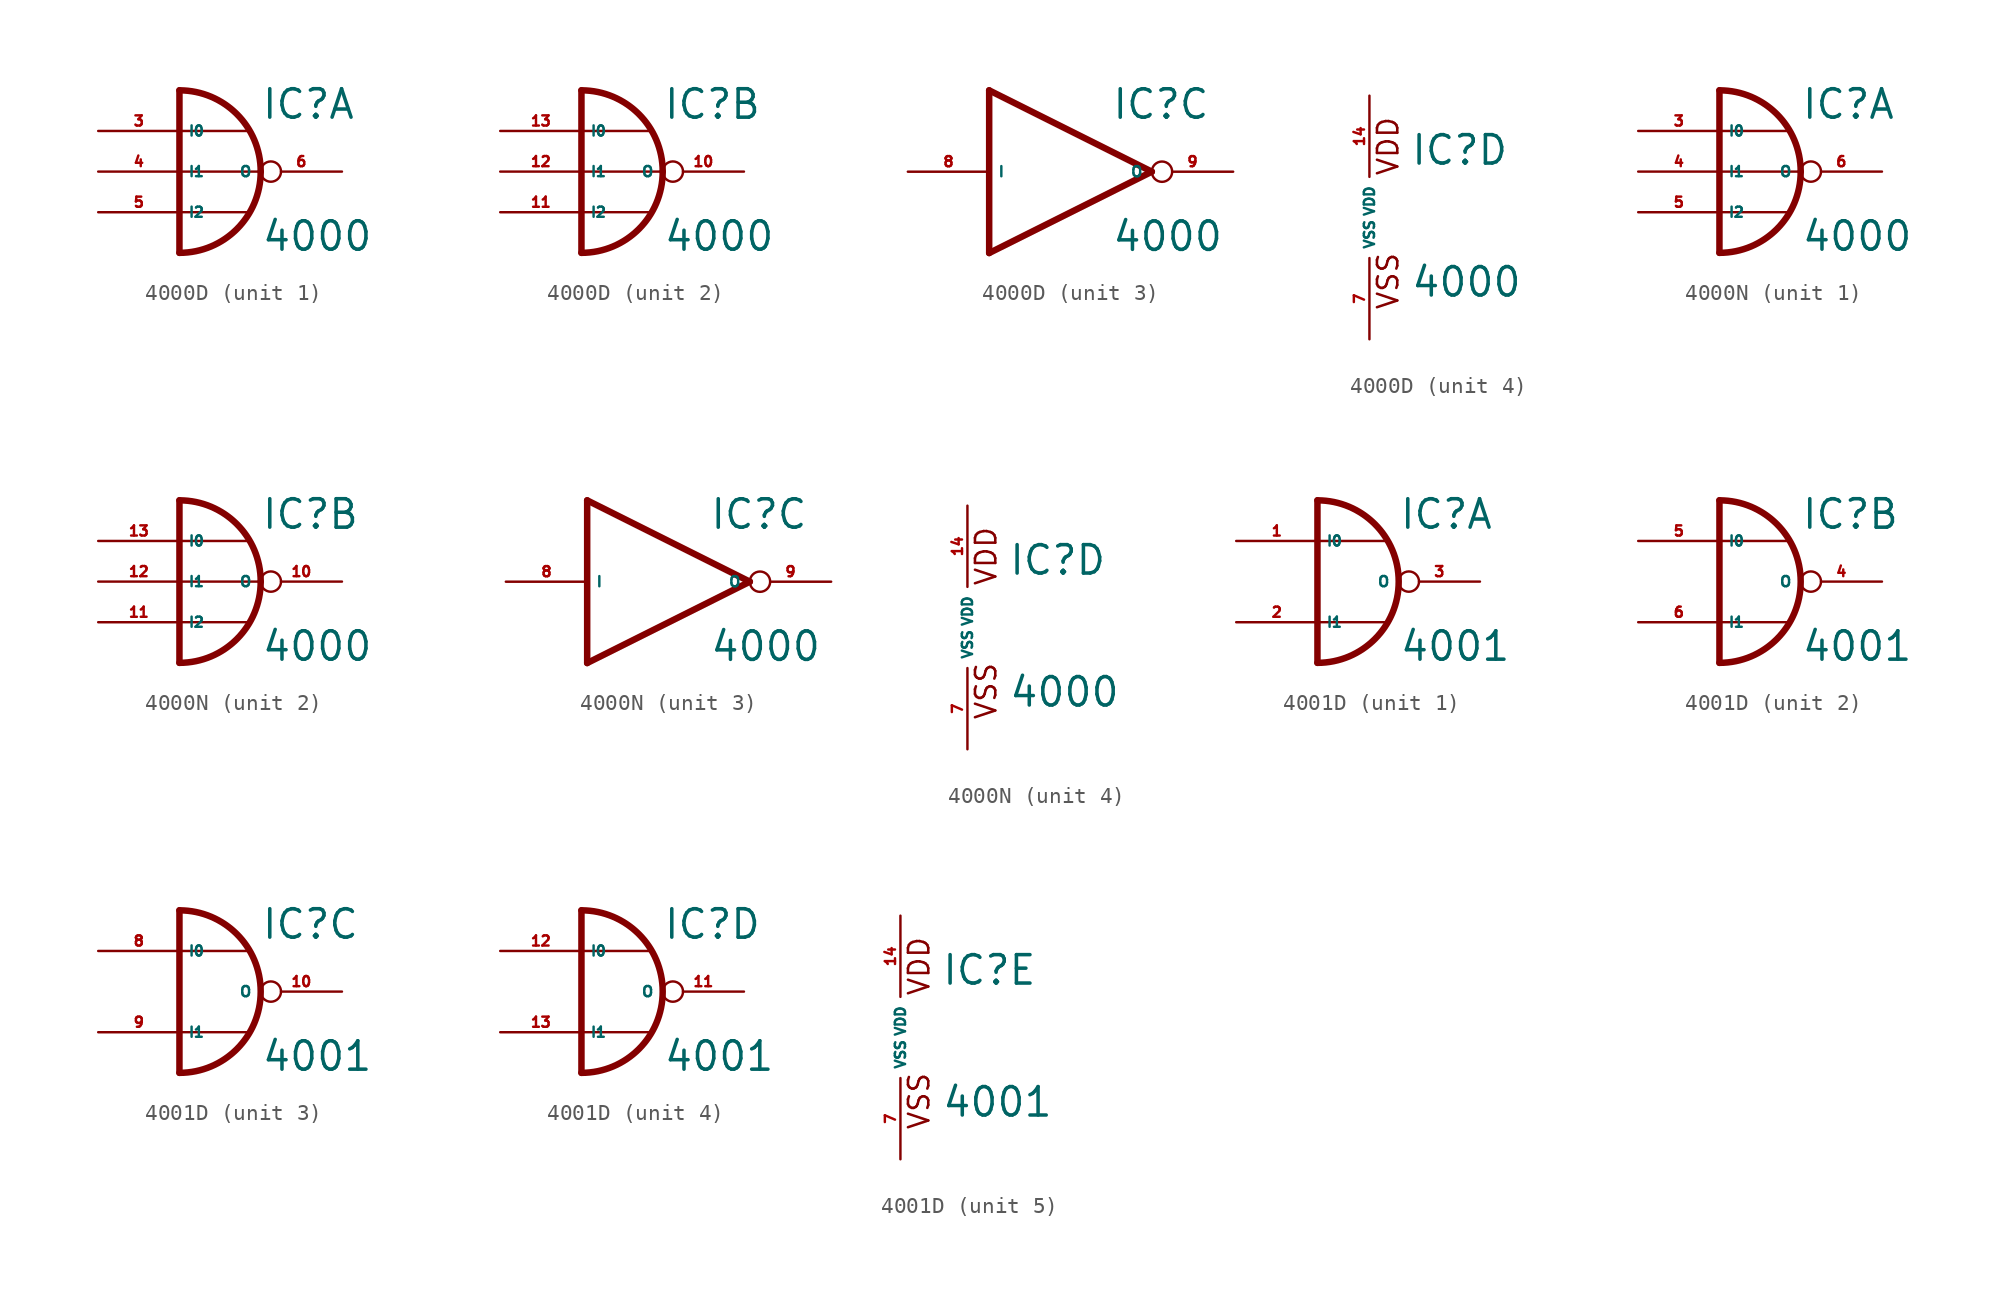
<source format=kicad_sym>
(kicad_symbol_lib
  (version 20220914)
  (generator Eagle2Kicad)
  (symbol "4000D"
    (property "Reference" "IC"
      (at 2.54 3.175 0)
      (effects (font (size 1.778 1.778) (thickness 0.22)) (justify left bottom)))
    (property "Value" "4000"
      (at 2.54 -5.08 0)
      (effects (font (size 1.778 1.778) (thickness 0.22)) (justify left bottom)))
    (symbol "4000D_1_0"
      (arc (start 2.54 0) (mid 1.052 3.592) (end -2.54 5.08) (stroke (width 0.4064) (type default)) (fill (type none)))
      (arc (start -2.54 -5.08) (mid 1.052 -3.592) (end 2.54 0) (stroke (width 0.4064) (type default)) (fill (type none)))
      (polyline (pts (xy -2.54 2.54) (xy 1.778 2.54)) (stroke (width 0.152) (type default)) (fill (type none)))
      (polyline (pts (xy -2.54 0) (xy 2.54 0)) (stroke (width 0.152) (type default)) (fill (type none)))
      (polyline (pts (xy -2.54 -2.54) (xy 1.778 -2.54)) (stroke (width 0.152) (type default)) (fill (type none)))
      (polyline (pts (xy -2.54 5.08) (xy -2.54 -5.08)) (stroke (width 0.406) (type default)) (fill (type none)))
      (pin input line (at -7.62 2.54 0) (length 5.08) (name "I0" (effects (font (size 0.635 0.635) (thickness 0.08)) (justify left bottom))) (number "3" (effects (font (size 0.635 0.635) (thickness 0.08)) (justify left bottom))))
      (pin input line (at -7.62 0 0) (length 5.08) (name "I1" (effects (font (size 0.635 0.635) (thickness 0.08)) (justify left bottom))) (number "4" (effects (font (size 0.635 0.635) (thickness 0.08)) (justify left bottom))))
      (pin input line (at -7.62 -2.54 0) (length 5.08) (name "I2" (effects (font (size 0.635 0.635) (thickness 0.08)) (justify left bottom))) (number "5" (effects (font (size 0.635 0.635) (thickness 0.08)) (justify left bottom))))
      (pin output inverted (at 7.62 0 180) (length 5.08) (name "O" (effects (font (size 0.635 0.635) (thickness 0.08)) (justify left bottom))) (number "6" (effects (font (size 0.635 0.635) (thickness 0.08)) (justify left bottom)))))
    (symbol "4000D_2_0"
      (arc (start 2.54 0) (mid 1.052 3.592) (end -2.54 5.08) (stroke (width 0.4064) (type default)) (fill (type none)))
      (arc (start -2.54 -5.08) (mid 1.052 -3.592) (end 2.54 0) (stroke (width 0.4064) (type default)) (fill (type none)))
      (polyline (pts (xy -2.54 2.54) (xy 1.778 2.54)) (stroke (width 0.152) (type default)) (fill (type none)))
      (polyline (pts (xy -2.54 0) (xy 2.54 0)) (stroke (width 0.152) (type default)) (fill (type none)))
      (polyline (pts (xy -2.54 -2.54) (xy 1.778 -2.54)) (stroke (width 0.152) (type default)) (fill (type none)))
      (polyline (pts (xy -2.54 5.08) (xy -2.54 -5.08)) (stroke (width 0.406) (type default)) (fill (type none)))
      (pin input line (at -7.62 2.54 0) (length 5.08) (name "I0" (effects (font (size 0.635 0.635) (thickness 0.08)) (justify left bottom))) (number "13" (effects (font (size 0.635 0.635) (thickness 0.08)) (justify left bottom))))
      (pin input line (at -7.62 0 0) (length 5.08) (name "I1" (effects (font (size 0.635 0.635) (thickness 0.08)) (justify left bottom))) (number "12" (effects (font (size 0.635 0.635) (thickness 0.08)) (justify left bottom))))
      (pin input line (at -7.62 -2.54 0) (length 5.08) (name "I2" (effects (font (size 0.635 0.635) (thickness 0.08)) (justify left bottom))) (number "11" (effects (font (size 0.635 0.635) (thickness 0.08)) (justify left bottom))))
      (pin output inverted (at 7.62 0 180) (length 5.08) (name "O" (effects (font (size 0.635 0.635) (thickness 0.08)) (justify left bottom))) (number "10" (effects (font (size 0.635 0.635) (thickness 0.08)) (justify left bottom)))))
    (symbol "4000D_3_0"
      (polyline (pts (xy -5.08 -5.08) (xy 5.08 0)) (stroke (width 0.406) (type default)) (fill (type none)))
      (polyline (pts (xy 5.08 0) (xy -5.08 5.08)) (stroke (width 0.406) (type default)) (fill (type none)))
      (polyline (pts (xy -5.08 5.08) (xy -5.08 -5.08)) (stroke (width 0.406) (type default)) (fill (type none)))
      (pin output inverted (at 10.16 0 180) (length 5.08) (name "O" (effects (font (size 0.635 0.635) (thickness 0.08)) (justify left bottom))) (number "9" (effects (font (size 0.635 0.635) (thickness 0.08)) (justify left bottom))))
      (pin input line (at -10.16 0 0) (length 5.08) (name "I" (effects (font (size 0.635 0.635) (thickness 0.08)) (justify left bottom))) (number "8" (effects (font (size 0.635 0.635) (thickness 0.08)) (justify left bottom)))))
    (symbol "4000D_4_0"
      (text "VDD" (at 1.905 2.54 900) (effects (font (size 1.27 1.27) (thickness 0.16)) (justify left bottom)))
      (text "VSS" (at 1.905 -5.842 900) (effects (font (size 1.27 1.27) (thickness 0.16)) (justify left bottom)))
      (pin unspecified line (at 0 -7.62 90) (length 5.08) (name "VSS" (effects (font (size 0.635 0.635) (thickness 0.08)) (justify left bottom))) (number "7" (effects (font (size 0.635 0.635) (thickness 0.08)) (justify left bottom))))
      (pin unspecified line (at 0 7.62 270) (length 5.08) (name "VDD" (effects (font (size 0.635 0.635) (thickness 0.08)) (justify left bottom))) (number "14" (effects (font (size 0.635 0.635) (thickness 0.08)) (justify left bottom))))))
  (symbol "4000N"
    (property "Reference" "IC"
      (at 2.54 3.175 0)
      (effects (font (size 1.778 1.778) (thickness 0.22)) (justify left bottom)))
    (property "Value" "4000"
      (at 2.54 -5.08 0)
      (effects (font (size 1.778 1.778) (thickness 0.22)) (justify left bottom)))
    (symbol "4000N_1_0"
      (arc (start 2.54 0) (mid 1.052 3.592) (end -2.54 5.08) (stroke (width 0.4064) (type default)) (fill (type none)))
      (arc (start -2.54 -5.08) (mid 1.052 -3.592) (end 2.54 0) (stroke (width 0.4064) (type default)) (fill (type none)))
      (polyline (pts (xy -2.54 2.54) (xy 1.778 2.54)) (stroke (width 0.152) (type default)) (fill (type none)))
      (polyline (pts (xy -2.54 0) (xy 2.54 0)) (stroke (width 0.152) (type default)) (fill (type none)))
      (polyline (pts (xy -2.54 -2.54) (xy 1.778 -2.54)) (stroke (width 0.152) (type default)) (fill (type none)))
      (polyline (pts (xy -2.54 5.08) (xy -2.54 -5.08)) (stroke (width 0.406) (type default)) (fill (type none)))
      (pin input line (at -7.62 2.54 0) (length 5.08) (name "I0" (effects (font (size 0.635 0.635) (thickness 0.08)) (justify left bottom))) (number "3" (effects (font (size 0.635 0.635) (thickness 0.08)) (justify left bottom))))
      (pin input line (at -7.62 0 0) (length 5.08) (name "I1" (effects (font (size 0.635 0.635) (thickness 0.08)) (justify left bottom))) (number "4" (effects (font (size 0.635 0.635) (thickness 0.08)) (justify left bottom))))
      (pin input line (at -7.62 -2.54 0) (length 5.08) (name "I2" (effects (font (size 0.635 0.635) (thickness 0.08)) (justify left bottom))) (number "5" (effects (font (size 0.635 0.635) (thickness 0.08)) (justify left bottom))))
      (pin output inverted (at 7.62 0 180) (length 5.08) (name "O" (effects (font (size 0.635 0.635) (thickness 0.08)) (justify left bottom))) (number "6" (effects (font (size 0.635 0.635) (thickness 0.08)) (justify left bottom)))))
    (symbol "4000N_2_0"
      (arc (start 2.54 0) (mid 1.052 3.592) (end -2.54 5.08) (stroke (width 0.4064) (type default)) (fill (type none)))
      (arc (start -2.54 -5.08) (mid 1.052 -3.592) (end 2.54 0) (stroke (width 0.4064) (type default)) (fill (type none)))
      (polyline (pts (xy -2.54 2.54) (xy 1.778 2.54)) (stroke (width 0.152) (type default)) (fill (type none)))
      (polyline (pts (xy -2.54 0) (xy 2.54 0)) (stroke (width 0.152) (type default)) (fill (type none)))
      (polyline (pts (xy -2.54 -2.54) (xy 1.778 -2.54)) (stroke (width 0.152) (type default)) (fill (type none)))
      (polyline (pts (xy -2.54 5.08) (xy -2.54 -5.08)) (stroke (width 0.406) (type default)) (fill (type none)))
      (pin input line (at -7.62 2.54 0) (length 5.08) (name "I0" (effects (font (size 0.635 0.635) (thickness 0.08)) (justify left bottom))) (number "13" (effects (font (size 0.635 0.635) (thickness 0.08)) (justify left bottom))))
      (pin input line (at -7.62 0 0) (length 5.08) (name "I1" (effects (font (size 0.635 0.635) (thickness 0.08)) (justify left bottom))) (number "12" (effects (font (size 0.635 0.635) (thickness 0.08)) (justify left bottom))))
      (pin input line (at -7.62 -2.54 0) (length 5.08) (name "I2" (effects (font (size 0.635 0.635) (thickness 0.08)) (justify left bottom))) (number "11" (effects (font (size 0.635 0.635) (thickness 0.08)) (justify left bottom))))
      (pin output inverted (at 7.62 0 180) (length 5.08) (name "O" (effects (font (size 0.635 0.635) (thickness 0.08)) (justify left bottom))) (number "10" (effects (font (size 0.635 0.635) (thickness 0.08)) (justify left bottom)))))
    (symbol "4000N_3_0"
      (polyline (pts (xy -5.08 -5.08) (xy 5.08 0)) (stroke (width 0.406) (type default)) (fill (type none)))
      (polyline (pts (xy 5.08 0) (xy -5.08 5.08)) (stroke (width 0.406) (type default)) (fill (type none)))
      (polyline (pts (xy -5.08 5.08) (xy -5.08 -5.08)) (stroke (width 0.406) (type default)) (fill (type none)))
      (pin output inverted (at 10.16 0 180) (length 5.08) (name "O" (effects (font (size 0.635 0.635) (thickness 0.08)) (justify left bottom))) (number "9" (effects (font (size 0.635 0.635) (thickness 0.08)) (justify left bottom))))
      (pin input line (at -10.16 0 0) (length 5.08) (name "I" (effects (font (size 0.635 0.635) (thickness 0.08)) (justify left bottom))) (number "8" (effects (font (size 0.635 0.635) (thickness 0.08)) (justify left bottom)))))
    (symbol "4000N_4_0"
      (text "VDD" (at 1.905 2.54 900) (effects (font (size 1.27 1.27) (thickness 0.16)) (justify left bottom)))
      (text "VSS" (at 1.905 -5.842 900) (effects (font (size 1.27 1.27) (thickness 0.16)) (justify left bottom)))
      (pin unspecified line (at 0 -7.62 90) (length 5.08) (name "VSS" (effects (font (size 0.635 0.635) (thickness 0.08)) (justify left bottom))) (number "7" (effects (font (size 0.635 0.635) (thickness 0.08)) (justify left bottom))))
      (pin unspecified line (at 0 7.62 270) (length 5.08) (name "VDD" (effects (font (size 0.635 0.635) (thickness 0.08)) (justify left bottom))) (number "14" (effects (font (size 0.635 0.635) (thickness 0.08)) (justify left bottom))))))
  (symbol "4001D"
    (property "Reference" "IC"
      (at 2.54 3.175 0)
      (effects (font (size 1.778 1.778) (thickness 0.22)) (justify left bottom)))
    (property "Value" "4001"
      (at 2.54 -5.08 0)
      (effects (font (size 1.778 1.778) (thickness 0.22)) (justify left bottom)))
    (symbol "4001D_1_0"
      (arc (start -2.54 -5.08) (mid 2.540 0.000) (end -2.54 5.08) (stroke (width 0.4064) (type default)) (fill (type none)))
      (polyline (pts (xy -2.54 2.54) (xy 1.778 2.54)) (stroke (width 0.152) (type default)) (fill (type none)))
      (polyline (pts (xy -2.54 -2.54) (xy 1.778 -2.54)) (stroke (width 0.152) (type default)) (fill (type none)))
      (polyline (pts (xy -2.54 -5.08) (xy -2.54 5.08)) (stroke (width 0.406) (type default)) (fill (type none)))
      (pin input line (at -7.62 2.54 0) (length 5.08) (name "I0" (effects (font (size 0.635 0.635) (thickness 0.08)) (justify left bottom))) (number "1" (effects (font (size 0.635 0.635) (thickness 0.08)) (justify left bottom))))
      (pin input line (at -7.62 -2.54 0) (length 5.08) (name "I1" (effects (font (size 0.635 0.635) (thickness 0.08)) (justify left bottom))) (number "2" (effects (font (size 0.635 0.635) (thickness 0.08)) (justify left bottom))))
      (pin output inverted (at 7.62 0 180) (length 5.08) (name "O" (effects (font (size 0.635 0.635) (thickness 0.08)) (justify left bottom))) (number "3" (effects (font (size 0.635 0.635) (thickness 0.08)) (justify left bottom)))))
    (symbol "4001D_2_0"
      (arc (start -2.54 -5.08) (mid 2.540 0.000) (end -2.54 5.08) (stroke (width 0.4064) (type default)) (fill (type none)))
      (polyline (pts (xy -2.54 2.54) (xy 1.778 2.54)) (stroke (width 0.152) (type default)) (fill (type none)))
      (polyline (pts (xy -2.54 -2.54) (xy 1.778 -2.54)) (stroke (width 0.152) (type default)) (fill (type none)))
      (polyline (pts (xy -2.54 -5.08) (xy -2.54 5.08)) (stroke (width 0.406) (type default)) (fill (type none)))
      (pin input line (at -7.62 2.54 0) (length 5.08) (name "I0" (effects (font (size 0.635 0.635) (thickness 0.08)) (justify left bottom))) (number "5" (effects (font (size 0.635 0.635) (thickness 0.08)) (justify left bottom))))
      (pin input line (at -7.62 -2.54 0) (length 5.08) (name "I1" (effects (font (size 0.635 0.635) (thickness 0.08)) (justify left bottom))) (number "6" (effects (font (size 0.635 0.635) (thickness 0.08)) (justify left bottom))))
      (pin output inverted (at 7.62 0 180) (length 5.08) (name "O" (effects (font (size 0.635 0.635) (thickness 0.08)) (justify left bottom))) (number "4" (effects (font (size 0.635 0.635) (thickness 0.08)) (justify left bottom)))))
    (symbol "4001D_3_0"
      (arc (start -2.54 -5.08) (mid 2.540 0.000) (end -2.54 5.08) (stroke (width 0.4064) (type default)) (fill (type none)))
      (polyline (pts (xy -2.54 2.54) (xy 1.778 2.54)) (stroke (width 0.152) (type default)) (fill (type none)))
      (polyline (pts (xy -2.54 -2.54) (xy 1.778 -2.54)) (stroke (width 0.152) (type default)) (fill (type none)))
      (polyline (pts (xy -2.54 -5.08) (xy -2.54 5.08)) (stroke (width 0.406) (type default)) (fill (type none)))
      (pin input line (at -7.62 2.54 0) (length 5.08) (name "I0" (effects (font (size 0.635 0.635) (thickness 0.08)) (justify left bottom))) (number "8" (effects (font (size 0.635 0.635) (thickness 0.08)) (justify left bottom))))
      (pin input line (at -7.62 -2.54 0) (length 5.08) (name "I1" (effects (font (size 0.635 0.635) (thickness 0.08)) (justify left bottom))) (number "9" (effects (font (size 0.635 0.635) (thickness 0.08)) (justify left bottom))))
      (pin output inverted (at 7.62 0 180) (length 5.08) (name "O" (effects (font (size 0.635 0.635) (thickness 0.08)) (justify left bottom))) (number "10" (effects (font (size 0.635 0.635) (thickness 0.08)) (justify left bottom)))))
    (symbol "4001D_4_0"
      (arc (start -2.54 -5.08) (mid 2.540 0.000) (end -2.54 5.08) (stroke (width 0.4064) (type default)) (fill (type none)))
      (polyline (pts (xy -2.54 2.54) (xy 1.778 2.54)) (stroke (width 0.152) (type default)) (fill (type none)))
      (polyline (pts (xy -2.54 -2.54) (xy 1.778 -2.54)) (stroke (width 0.152) (type default)) (fill (type none)))
      (polyline (pts (xy -2.54 -5.08) (xy -2.54 5.08)) (stroke (width 0.406) (type default)) (fill (type none)))
      (pin input line (at -7.62 2.54 0) (length 5.08) (name "I0" (effects (font (size 0.635 0.635) (thickness 0.08)) (justify left bottom))) (number "12" (effects (font (size 0.635 0.635) (thickness 0.08)) (justify left bottom))))
      (pin input line (at -7.62 -2.54 0) (length 5.08) (name "I1" (effects (font (size 0.635 0.635) (thickness 0.08)) (justify left bottom))) (number "13" (effects (font (size 0.635 0.635) (thickness 0.08)) (justify left bottom))))
      (pin output inverted (at 7.62 0 180) (length 5.08) (name "O" (effects (font (size 0.635 0.635) (thickness 0.08)) (justify left bottom))) (number "11" (effects (font (size 0.635 0.635) (thickness 0.08)) (justify left bottom)))))
    (symbol "4001D_5_0"
      (text "VDD" (at 1.905 2.54 900) (effects (font (size 1.27 1.27) (thickness 0.16)) (justify left bottom)))
      (text "VSS" (at 1.905 -5.842 900) (effects (font (size 1.27 1.27) (thickness 0.16)) (justify left bottom)))
      (pin unspecified line (at 0 -7.62 90) (length 5.08) (name "VSS" (effects (font (size 0.635 0.635) (thickness 0.08)) (justify left bottom))) (number "7" (effects (font (size 0.635 0.635) (thickness 0.08)) (justify left bottom))))
      (pin unspecified line (at 0 7.62 270) (length 5.08) (name "VDD" (effects (font (size 0.635 0.635) (thickness 0.08)) (justify left bottom))) (number "14" (effects (font (size 0.635 0.635) (thickness 0.08)) (justify left bottom)))))))
</source>
